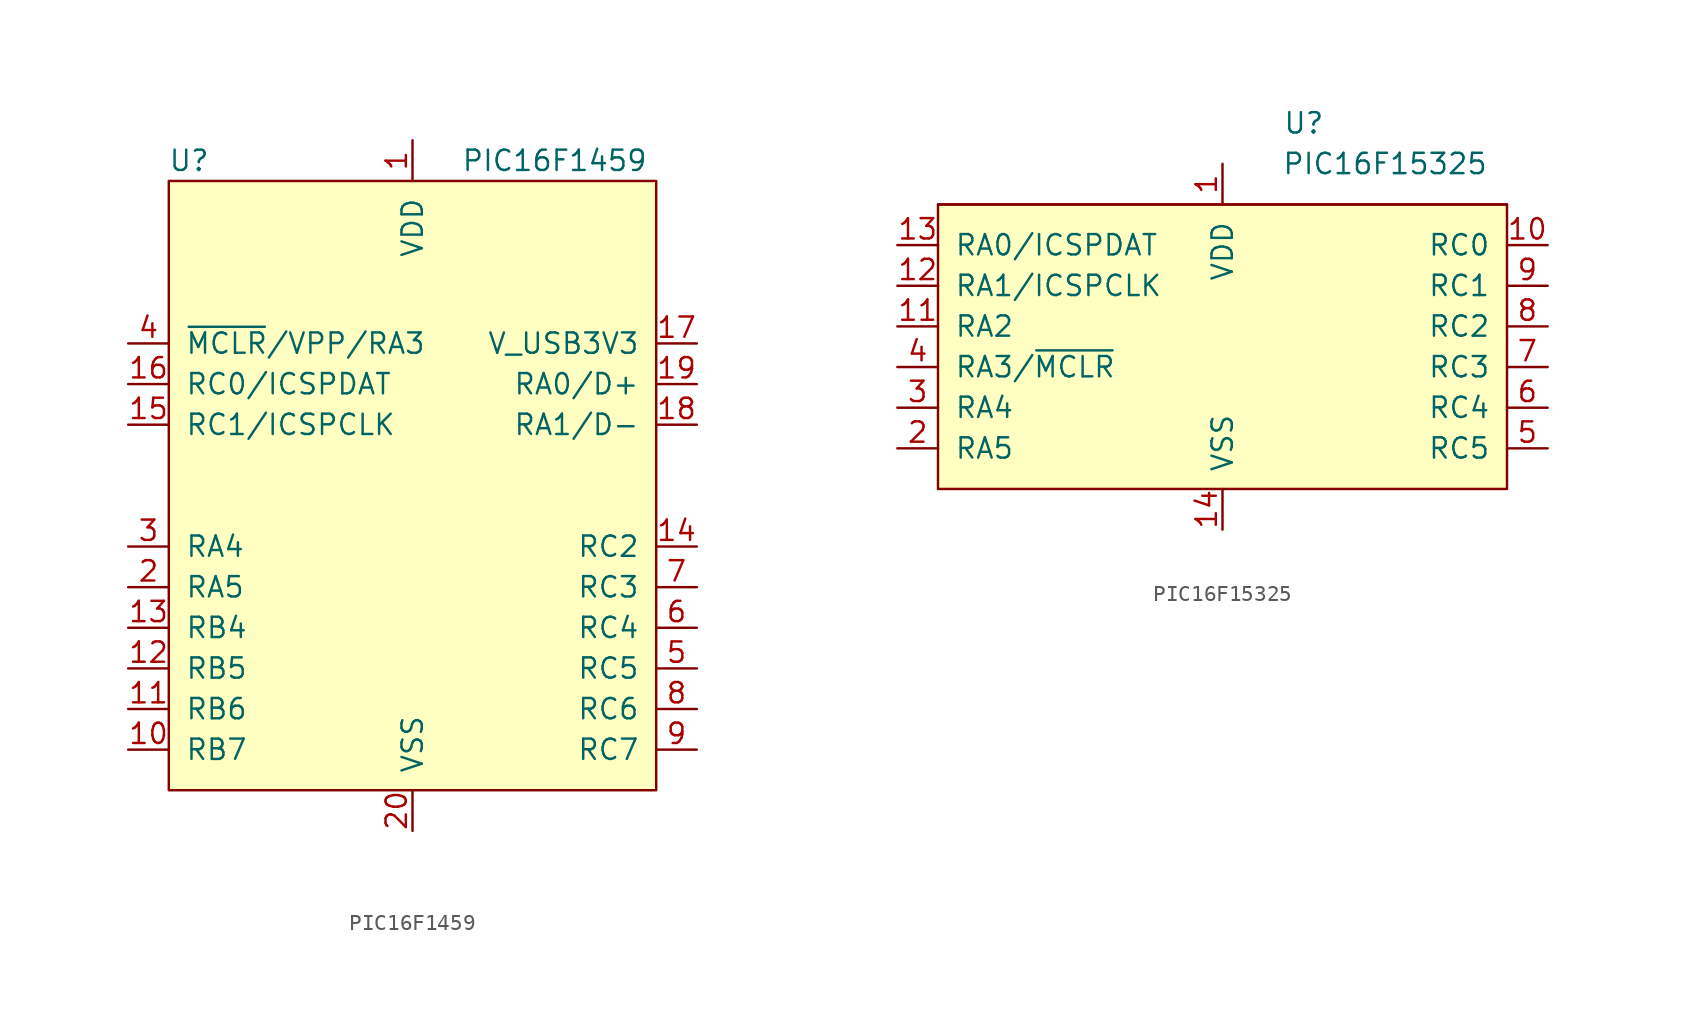
<source format=kicad_sym>
(kicad_symbol_lib
  (version 20211014)
  (generator kicad_symbol_editor)
  (symbol "PIC16F1459"
    (pin_names
      (offset 1.016))
    (property "Reference" "U"
      (at -13.97 24.13 0)
      (effects (font (size 1.27 1.27))))
    (property "Value" "PIC16F1459"
      (at 8.89 24.13 0)
      (effects (font (size 1.27 1.27))))
    (symbol "PIC16F1459_0_1"
      (rectangle (start -15.24 22.86) (end 15.24 -15.24) (stroke (width 0) (type default) (color 0 0 0 0)) (fill (type background))))
    (symbol "PIC16F1459_1_1"
      (pin input line (at 0 25.4 270) (length 2.54) (name "VDD" (effects (font (size 1.27 1.27)))) (number "1" (effects (font (size 1.27 1.27)))))
      (pin input line (at -17.78 -12.7 0) (length 2.54) (name "RB7" (effects (font (size 1.27 1.27)))) (number "10" (effects (font (size 1.27 1.27)))))
      (pin input line (at -17.78 -10.16 0) (length 2.54) (name "RB6" (effects (font (size 1.27 1.27)))) (number "11" (effects (font (size 1.27 1.27)))))
      (pin input line (at -17.78 -7.62 0) (length 2.54) (name "RB5" (effects (font (size 1.27 1.27)))) (number "12" (effects (font (size 1.27 1.27)))))
      (pin input line (at -17.78 -5.08 0) (length 2.54) (name "RB4" (effects (font (size 1.27 1.27)))) (number "13" (effects (font (size 1.27 1.27)))))
      (pin input line (at 17.78 0 180) (length 2.54) (name "RC2" (effects (font (size 1.27 1.27)))) (number "14" (effects (font (size 1.27 1.27)))))
      (pin input line (at -17.78 7.62 0) (length 2.54) (name "RC1/ICSPCLK" (effects (font (size 1.27 1.27)))) (number "15" (effects (font (size 1.27 1.27)))))
      (pin input line (at -17.78 10.16 0) (length 2.54) (name "RC0/ICSPDAT" (effects (font (size 1.27 1.27)))) (number "16" (effects (font (size 1.27 1.27)))))
      (pin input line (at 17.78 12.7 180) (length 2.54) (name "V_USB3V3" (effects (font (size 1.27 1.27)))) (number "17" (effects (font (size 1.27 1.27)))))
      (pin input line (at 17.78 7.62 180) (length 2.54) (name "RA1/D-" (effects (font (size 1.27 1.27)))) (number "18" (effects (font (size 1.27 1.27)))))
      (pin input line (at 17.78 10.16 180) (length 2.54) (name "RA0/D+" (effects (font (size 1.27 1.27)))) (number "19" (effects (font (size 1.27 1.27)))))
      (pin input line (at -17.78 -2.54 0) (length 2.54) (name "RA5" (effects (font (size 1.27 1.27)))) (number "2" (effects (font (size 1.27 1.27)))))
      (pin input line (at 0 -17.78 90) (length 2.54) (name "VSS" (effects (font (size 1.27 1.27)))) (number "20" (effects (font (size 1.27 1.27)))))
      (pin input line (at -17.78 0 0) (length 2.54) (name "RA4" (effects (font (size 1.27 1.27)))) (number "3" (effects (font (size 1.27 1.27)))))
      (pin input line (at -17.78 12.7 0) (length 2.54) (name "~{MCLR}/VPP/RA3" (effects (font (size 1.27 1.27)))) (number "4" (effects (font (size 1.27 1.27)))))
      (pin input line (at 17.78 -7.62 180) (length 2.54) (name "RC5" (effects (font (size 1.27 1.27)))) (number "5" (effects (font (size 1.27 1.27)))))
      (pin input line (at 17.78 -5.08 180) (length 2.54) (name "RC4" (effects (font (size 1.27 1.27)))) (number "6" (effects (font (size 1.27 1.27)))))
      (pin input line (at 17.78 -2.54 180) (length 2.54) (name "RC3" (effects (font (size 1.27 1.27)))) (number "7" (effects (font (size 1.27 1.27)))))
      (pin input line (at 17.78 -10.16 180) (length 2.54) (name "RC6" (effects (font (size 1.27 1.27)))) (number "8" (effects (font (size 1.27 1.27)))))
      (pin input line (at 17.78 -12.7 180) (length 2.54) (name "RC7" (effects (font (size 1.27 1.27)))) (number "9" (effects (font (size 1.27 1.27)))))))
  (symbol "PIC16F15325"
    (pin_names
      (offset 1.016))
    (property "Reference" "U"
      (at 5.08 15.24 0)
      (effects (font (size 1.27 1.27))))
    (property "Value" "PIC16F15325"
      (at 10.16 12.7 0)
      (effects (font (size 1.27 1.27))))
    (symbol "PIC16F15325_0_0"
      (rectangle (start -17.78 10.16) (end 17.78 10.16) (stroke (width 0) (type default) (color 0 0 0 0)) (fill (type none)))
      (rectangle (start 17.78 -7.62) (end -17.78 10.16) (stroke (width 0) (type default) (color 0 0 0 0)) (fill (type background)))
      (pin input line (at 0 12.7 270) (length 2.54) (name "VDD" (effects (font (size 1.27 1.27)))) (number "1" (effects (font (size 1.27 1.27)))))
      (pin input line (at 20.32 7.62 180) (length 2.54) (name "RC0" (effects (font (size 1.27 1.27)))) (number "10" (effects (font (size 1.27 1.27)))))
      (pin input line (at -20.32 2.54 0) (length 2.54) (name "RA2" (effects (font (size 1.27 1.27)))) (number "11" (effects (font (size 1.27 1.27)))))
      (pin input line (at -20.32 5.08 0) (length 2.54) (name "RA1/ICSPCLK" (effects (font (size 1.27 1.27)))) (number "12" (effects (font (size 1.27 1.27)))))
      (pin input line (at -20.32 7.62 0) (length 2.54) (name "RA0/ICSPDAT" (effects (font (size 1.27 1.27)))) (number "13" (effects (font (size 1.27 1.27)))))
      (pin input line (at 0 -10.16 90) (length 2.54) (name "VSS" (effects (font (size 1.27 1.27)))) (number "14" (effects (font (size 1.27 1.27)))))
      (pin input line (at -20.32 -5.08 0) (length 2.54) (name "RA5" (effects (font (size 1.27 1.27)))) (number "2" (effects (font (size 1.27 1.27)))))
      (pin input line (at -20.32 -2.54 0) (length 2.54) (name "RA4" (effects (font (size 1.27 1.27)))) (number "3" (effects (font (size 1.27 1.27)))))
      (pin input line (at -20.32 0 0) (length 2.54) (name "RA3/~{MCLR}" (effects (font (size 1.27 1.27)))) (number "4" (effects (font (size 1.27 1.27)))))
      (pin input line (at 20.32 -5.08 180) (length 2.54) (name "RC5" (effects (font (size 1.27 1.27)))) (number "5" (effects (font (size 1.27 1.27)))))
      (pin input line (at 20.32 -2.54 180) (length 2.54) (name "RC4" (effects (font (size 1.27 1.27)))) (number "6" (effects (font (size 1.27 1.27)))))
      (pin input line (at 20.32 0 180) (length 2.54) (name "RC3" (effects (font (size 1.27 1.27)))) (number "7" (effects (font (size 1.27 1.27)))))
      (pin input line (at 20.32 2.54 180) (length 2.54) (name "RC2" (effects (font (size 1.27 1.27)))) (number "8" (effects (font (size 1.27 1.27)))))
      (pin input line (at 20.32 5.08 180) (length 2.54) (name "RC1" (effects (font (size 1.27 1.27)))) (number "9" (effects (font (size 1.27 1.27))))))))
</source>
